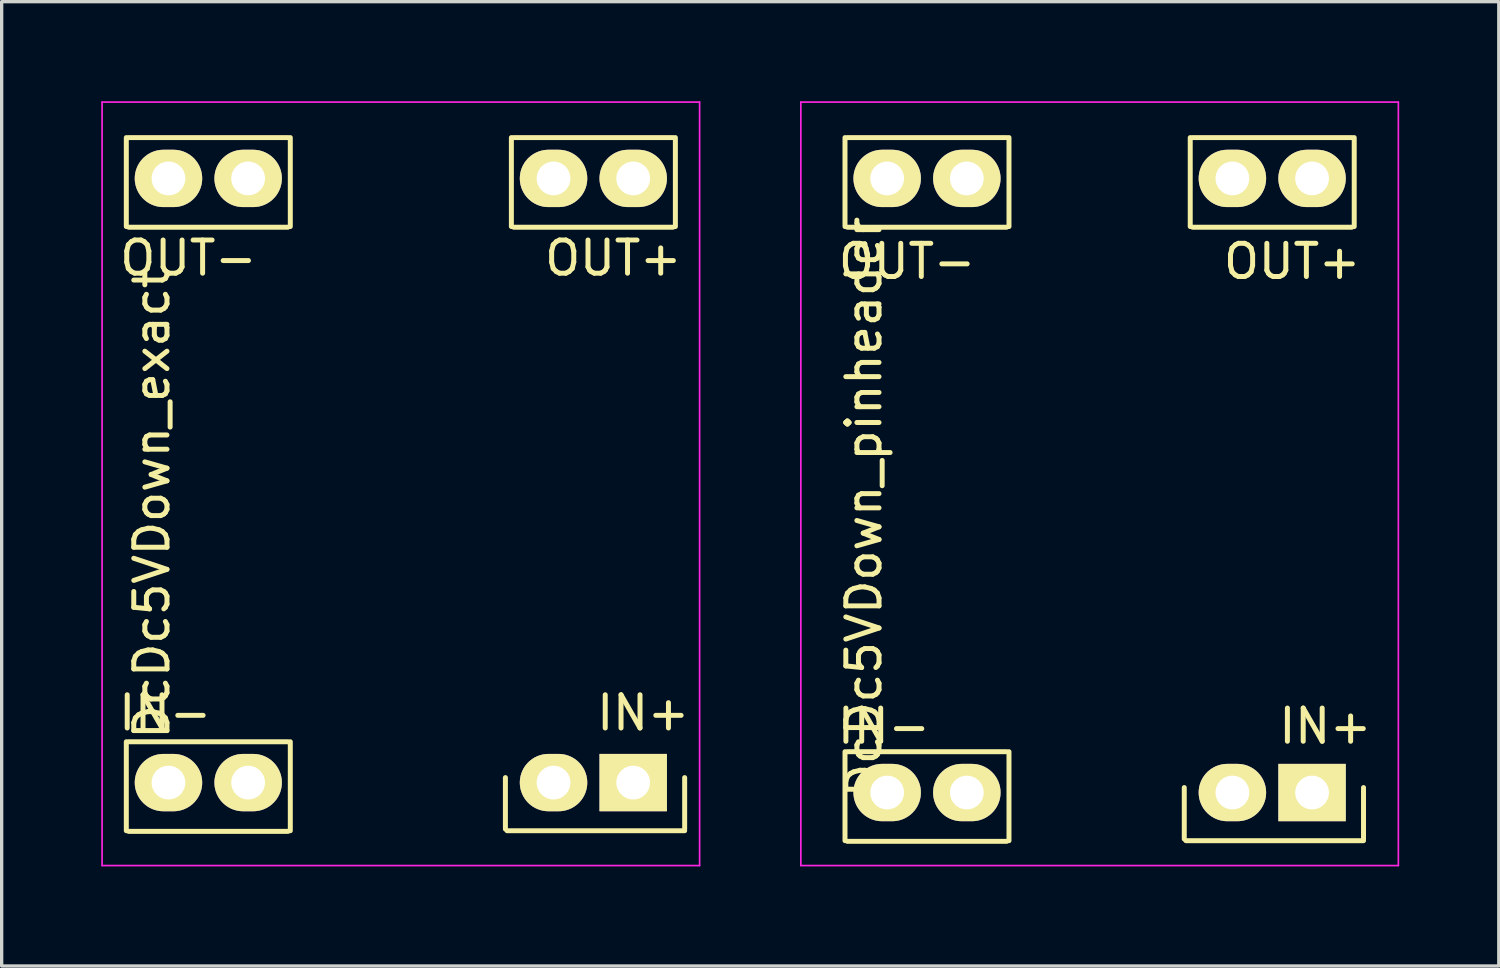
<source format=kicad_pcb>
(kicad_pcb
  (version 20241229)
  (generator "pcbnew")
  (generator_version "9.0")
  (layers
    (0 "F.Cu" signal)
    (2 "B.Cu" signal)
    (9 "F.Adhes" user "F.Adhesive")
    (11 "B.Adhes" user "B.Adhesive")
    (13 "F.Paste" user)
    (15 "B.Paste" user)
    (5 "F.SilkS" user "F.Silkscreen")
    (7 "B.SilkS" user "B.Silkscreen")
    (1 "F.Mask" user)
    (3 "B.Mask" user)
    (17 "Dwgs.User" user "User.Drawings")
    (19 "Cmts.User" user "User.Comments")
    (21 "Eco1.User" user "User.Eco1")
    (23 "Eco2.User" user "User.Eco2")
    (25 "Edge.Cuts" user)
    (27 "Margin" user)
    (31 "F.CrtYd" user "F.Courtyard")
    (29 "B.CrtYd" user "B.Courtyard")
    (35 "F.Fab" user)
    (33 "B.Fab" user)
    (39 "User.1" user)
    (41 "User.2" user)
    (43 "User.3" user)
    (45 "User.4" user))
  (footprint "DcDc5VDown_pinheader"
    (layer "F.Cu")
    (at 30.075 2.325)
    (property "Reference" "DcDc5VDown_pinheader" (at -7.1 9.9 90) (layer "F.SilkS") (effects (font (size 1 1) (thickness 0.15))))
    (attr through_hole)
    (fp_line (start -7.67 -1.23) (end -7.67 1.45) (stroke (width 0.15) (type solid)) (layer "F.SilkS"))
    (fp_line (start -7.67 17.27) (end -7.67 19.95) (stroke (width 0.15) (type solid)) (layer "F.SilkS"))
    (fp_line (start -7.6 -1.23) (end -2.8 -1.23) (stroke (width 0.15) (type solid)) (layer "F.SilkS"))
    (fp_line (start -7.6 1.47) (end -2.8 1.47) (stroke (width 0.15) (type solid)) (layer "F.SilkS"))
    (fp_line (start -7.6 17.27) (end -2.8 17.27) (stroke (width 0.15) (type solid)) (layer "F.SilkS"))
    (fp_line (start -7.6 19.97) (end -2.8 19.97) (stroke (width 0.15) (type solid)) (layer "F.SilkS"))
    (fp_line (start -2.73 1.45) (end -2.73 -1.23) (stroke (width 0.15) (type solid)) (layer "F.SilkS"))
    (fp_line (start -2.73 19.95) (end -2.73 17.27) (stroke (width 0.15) (type solid)) (layer "F.SilkS"))
    (fp_line (start 2.55 19.9) (end 2.55 18.35) (stroke (width 0.15) (type solid)) (layer "F.SilkS"))
    (fp_line (start 2.6 19.95) (end 7.95 19.95) (stroke (width 0.15) (type solid)) (layer "F.SilkS"))
    (fp_line (start 2.73 -1.23) (end 2.73 1.45) (stroke (width 0.15) (type solid)) (layer "F.SilkS"))
    (fp_line (start 2.8 -1.23) (end 7.6 -1.23) (stroke (width 0.15) (type solid)) (layer "F.SilkS"))
    (fp_line (start 2.8 1.47) (end 7.6 1.47) (stroke (width 0.15) (type solid)) (layer "F.SilkS"))
    (fp_line (start 7.67 1.45) (end 7.67 -1.23) (stroke (width 0.15) (type solid)) (layer "F.SilkS"))
    (fp_line (start 7.95 18.35) (end 7.95 19.9) (stroke (width 0.15) (type solid)) (layer "F.SilkS"))
    (fp_line (start -9 -2.3) (end -9 20.7) (stroke (width 0.05) (type solid)) (layer "F.CrtYd"))
    (fp_line (start -9 -2.3) (end 9 -2.3) (stroke (width 0.05) (type solid)) (layer "F.CrtYd"))
    (fp_line (start -9 20.7) (end 9 20.7) (stroke (width 0.05) (type solid)) (layer "F.CrtYd"))
    (fp_line (start 9 -2.3) (end 9 20.7) (stroke (width 0.05) (type solid)) (layer "F.CrtYd"))
    (fp_text user "IN+" (at 6.8 16.5 180) (layer "F.SilkS") (effects (font (size 1 1) (thickness 0.15))))
    (fp_text user "IN-" (at -6.5 16.5 180) (layer "F.SilkS") (effects (font (size 1 1) (thickness 0.15))))
    (fp_text user "OUT+" (at 5.8 2.5 180) (layer "F.SilkS") (effects (font (size 1 1) (thickness 0.15))))
    (fp_text user "OUT-" (at -5.8 2.5 180) (layer "F.SilkS") (effects (font (size 1 1) (thickness 0.15))))
    (pad "1" thru_hole oval (at 4 18.5) (size 2.032 1.727) (drill 1.016) (layers "*.Cu" "*.Mask" "F.SilkS"))
    (pad "1" thru_hole rect (at 6.4 18.5) (size 2.032 1.727) (drill 1.016) (layers "*.Cu" "*.Mask" "F.SilkS"))
    (pad "2" thru_hole oval (at -6.4 18.5) (size 2.032 1.727) (drill 1.016) (layers "*.Cu" "*.Mask" "F.SilkS"))
    (pad "2" thru_hole oval (at -4 18.5) (size 2.032 1.727) (drill 1.016) (layers "*.Cu" "*.Mask" "F.SilkS"))
    (pad "3" thru_hole oval (at 4 0) (size 2.032 1.727) (drill 1.016) (layers "*.Cu" "*.Mask" "F.SilkS"))
    (pad "3" thru_hole oval (at 6.4 0) (size 2.032 1.727) (drill 1.016) (layers "*.Cu" "*.Mask" "F.SilkS"))
    (pad "4" thru_hole oval (at -6.4 0) (size 2.032 1.727) (drill 1.016) (layers "*.Cu" "*.Mask" "F.SilkS"))
    (pad "4" thru_hole oval (at -4 0) (size 2.032 1.727) (drill 1.016) (layers "*.Cu" "*.Mask" "F.SilkS")))
  (footprint "DcDc5VDown_exact"
    (layer "F.Cu")
    (at 9.025 2.325)
    (property "Reference" "DcDc5VDown_exact" (at -7.5 9.8 90) (layer "F.SilkS") (effects (font (size 1 1) (thickness 0.15))))
    (attr through_hole)
    (fp_line (start -8.27 -1.23) (end -8.27 1.45) (stroke (width 0.15) (type solid)) (layer "F.SilkS"))
    (fp_line (start -8.27 16.97) (end -8.27 19.65) (stroke (width 0.15) (type solid)) (layer "F.SilkS"))
    (fp_line (start -8.2 -1.23) (end -3.4 -1.23) (stroke (width 0.15) (type solid)) (layer "F.SilkS"))
    (fp_line (start -8.2 1.47) (end -3.4 1.47) (stroke (width 0.15) (type solid)) (layer "F.SilkS"))
    (fp_line (start -8.2 16.97) (end -3.4 16.97) (stroke (width 0.15) (type solid)) (layer "F.SilkS"))
    (fp_line (start -8.2 19.67) (end -3.4 19.67) (stroke (width 0.15) (type solid)) (layer "F.SilkS"))
    (fp_line (start -3.33 1.45) (end -3.33 -1.23) (stroke (width 0.15) (type solid)) (layer "F.SilkS"))
    (fp_line (start -3.33 19.65) (end -3.33 16.97) (stroke (width 0.15) (type solid)) (layer "F.SilkS"))
    (fp_line (start 3.15 19.6) (end 3.15 18.05) (stroke (width 0.15) (type solid)) (layer "F.SilkS"))
    (fp_line (start 3.2 19.65) (end 8.55 19.65) (stroke (width 0.15) (type solid)) (layer "F.SilkS"))
    (fp_line (start 3.33 -1.23) (end 3.33 1.45) (stroke (width 0.15) (type solid)) (layer "F.SilkS"))
    (fp_line (start 3.4 -1.23) (end 8.2 -1.23) (stroke (width 0.15) (type solid)) (layer "F.SilkS"))
    (fp_line (start 3.4 1.47) (end 8.2 1.47) (stroke (width 0.15) (type solid)) (layer "F.SilkS"))
    (fp_line (start 8.27 1.45) (end 8.27 -1.23) (stroke (width 0.15) (type solid)) (layer "F.SilkS"))
    (fp_line (start 8.55 18.05) (end 8.55 19.6) (stroke (width 0.15) (type solid)) (layer "F.SilkS"))
    (fp_line (start -9 -2.3) (end -9 20.7) (stroke (width 0.05) (type solid)) (layer "F.CrtYd"))
    (fp_line (start -9 -2.3) (end 9 -2.3) (stroke (width 0.05) (type solid)) (layer "F.CrtYd"))
    (fp_line (start -9 20.7) (end 9 20.7) (stroke (width 0.05) (type solid)) (layer "F.CrtYd"))
    (fp_line (start 9 -2.3) (end 9 20.7) (stroke (width 0.05) (type solid)) (layer "F.CrtYd"))
    (fp_text user "IN-" (at -7.1 16.1 180) (layer "F.SilkS") (effects (font (size 1 1) (thickness 0.15))))
    (fp_text user "IN+" (at 7.3 16.1 180) (layer "F.SilkS") (effects (font (size 1 1) (thickness 0.15))))
    (fp_text user "OUT-" (at -6.4 2.4 180) (layer "F.SilkS") (effects (font (size 1 1) (thickness 0.15))))
    (fp_text user "OUT+" (at 6.4 2.4 180) (layer "F.SilkS") (effects (font (size 1 1) (thickness 0.15))))
    (pad "1" thru_hole oval (at 4.6 18.2) (size 2.032 1.727) (drill 1.016) (layers "*.Cu" "*.Mask" "F.SilkS"))
    (pad "1" thru_hole rect (at 7 18.2) (size 2.032 1.727) (drill 1.016) (layers "*.Cu" "*.Mask" "F.SilkS"))
    (pad "2" thru_hole oval (at -7 18.2) (size 2.032 1.727) (drill 1.016) (layers "*.Cu" "*.Mask" "F.SilkS"))
    (pad "2" thru_hole oval (at -4.6 18.2) (size 2.032 1.727) (drill 1.016) (layers "*.Cu" "*.Mask" "F.SilkS"))
    (pad "3" thru_hole oval (at 4.6 0) (size 2.032 1.727) (drill 1.016) (layers "*.Cu" "*.Mask" "F.SilkS"))
    (pad "3" thru_hole oval (at 7 0) (size 2.032 1.727) (drill 1.016) (layers "*.Cu" "*.Mask" "F.SilkS"))
    (pad "4" thru_hole oval (at -7 0) (size 2.032 1.727) (drill 1.016) (layers "*.Cu" "*.Mask" "F.SilkS"))
    (pad "4" thru_hole oval (at -4.6 0) (size 2.032 1.727) (drill 1.016) (layers "*.Cu" "*.Mask" "F.SilkS")))
  (gr_rect
    (start -3 -3)
    (end 42.1 26.05)
    (stroke (width 0.1) (type default))
    (fill no)
    (layer "Edge.Cuts")))
</source>
